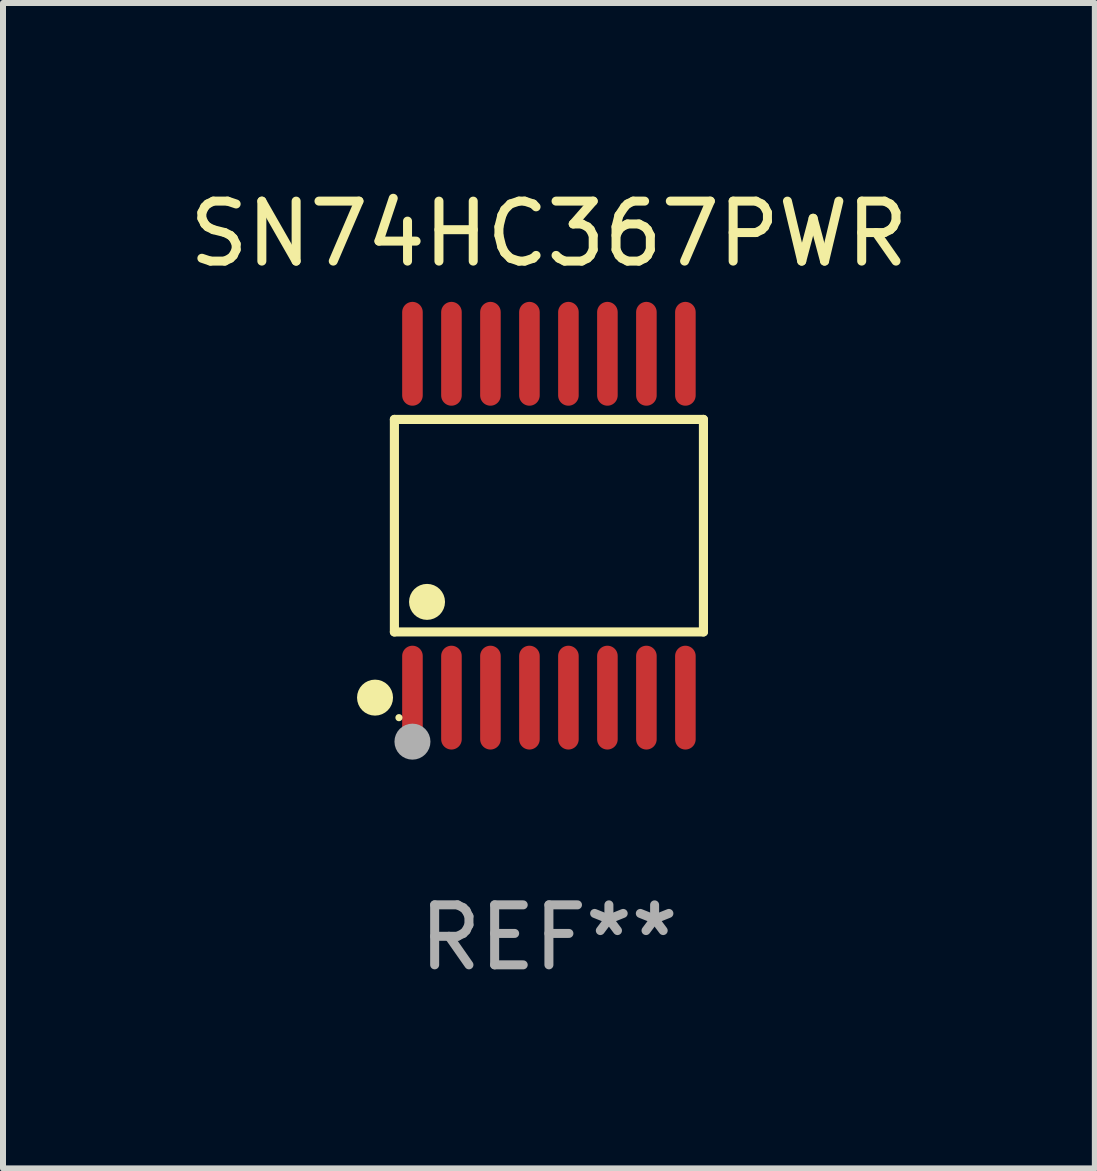
<source format=kicad_pcb>
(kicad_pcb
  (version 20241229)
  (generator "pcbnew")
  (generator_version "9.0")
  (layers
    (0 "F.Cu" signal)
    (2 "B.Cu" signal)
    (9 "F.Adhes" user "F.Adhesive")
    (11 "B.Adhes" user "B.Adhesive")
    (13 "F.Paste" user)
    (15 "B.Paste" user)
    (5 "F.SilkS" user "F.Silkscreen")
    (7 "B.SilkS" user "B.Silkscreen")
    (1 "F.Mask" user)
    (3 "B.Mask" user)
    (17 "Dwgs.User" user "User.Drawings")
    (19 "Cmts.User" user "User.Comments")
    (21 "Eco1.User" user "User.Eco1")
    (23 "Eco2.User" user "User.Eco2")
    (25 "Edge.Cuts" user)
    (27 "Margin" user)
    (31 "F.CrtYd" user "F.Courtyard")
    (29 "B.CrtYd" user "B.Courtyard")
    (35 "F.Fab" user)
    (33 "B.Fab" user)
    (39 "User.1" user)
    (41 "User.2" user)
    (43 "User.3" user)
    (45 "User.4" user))
  (footprint "SN74HC367PWR"
    (layer "F.Cu")
    (at 6.101 5.714)
    (property "Reference" "SN74HC367PWR" (at 0 -4.866 0) (layer "F.SilkS") (effects (font (size 1 1) (thickness 0.15))))
    (attr through_hole)
    (fp_line (start -2.576 -1.772) (end 2.576 -1.772) (stroke (width 0.152) (type solid)) (layer "F.SilkS"))
    (fp_line (start -2.576 1.771) (end -2.576 -1.772) (stroke (width 0.152) (type solid)) (layer "F.SilkS"))
    (fp_line (start 2.576 -1.772) (end 2.576 1.771) (stroke (width 0.152) (type solid)) (layer "F.SilkS"))
    (fp_line (start 2.576 1.771) (end -2.576 1.771) (stroke (width 0.152) (type solid)) (layer "F.SilkS"))
    (fp_circle (center -2.899 2.866) (end -2.749 2.866) (stroke (width 0.3) (type solid)) (fill no) (layer "F.SilkS"))
    (fp_circle (center -2.5 3.2) (end -2.47 3.2) (stroke (width 0.06) (type solid)) (fill no) (layer "F.SilkS"))
    (fp_circle (center -2.032 1.27) (end -1.882 1.27) (stroke (width 0.3) (type solid)) (fill no) (layer "F.SilkS"))
    (fp_circle (center -2.275 3.6) (end -2.125 3.6) (stroke (width 0.3) (type solid)) (fill no) (layer "F.Fab"))
    (fp_text user "REF**" (at 0 6.866 0) (layer "F.Fab") (effects (font (size 1 1) (thickness 0.15))))
    (pad "1" smd oval (at -2.275 2.866) (size 0.343 1.731) (layers "F.Cu" "F.Mask" "F.Paste"))
    (pad "2" smd oval (at -1.625 2.866) (size 0.343 1.731) (layers "F.Cu" "F.Mask" "F.Paste"))
    (pad "3" smd oval (at -0.975 2.866) (size 0.343 1.731) (layers "F.Cu" "F.Mask" "F.Paste"))
    (pad "4" smd oval (at -0.325 2.866) (size 0.343 1.731) (layers "F.Cu" "F.Mask" "F.Paste"))
    (pad "5" smd oval (at 0.325 2.866) (size 0.343 1.731) (layers "F.Cu" "F.Mask" "F.Paste"))
    (pad "6" smd oval (at 0.975 2.866) (size 0.343 1.731) (layers "F.Cu" "F.Mask" "F.Paste"))
    (pad "7" smd oval (at 1.625 2.866) (size 0.343 1.731) (layers "F.Cu" "F.Mask" "F.Paste"))
    (pad "8" smd oval (at 2.275 2.866) (size 0.343 1.731) (layers "F.Cu" "F.Mask" "F.Paste"))
    (pad "9" smd oval (at 2.275 -2.866) (size 0.343 1.731) (layers "F.Cu" "F.Mask" "F.Paste"))
    (pad "10" smd oval (at 1.625 -2.866) (size 0.343 1.731) (layers "F.Cu" "F.Mask" "F.Paste"))
    (pad "11" smd oval (at 0.975 -2.866) (size 0.343 1.731) (layers "F.Cu" "F.Mask" "F.Paste"))
    (pad "12" smd oval (at 0.325 -2.866) (size 0.343 1.731) (layers "F.Cu" "F.Mask" "F.Paste"))
    (pad "13" smd oval (at -0.325 -2.866) (size 0.343 1.731) (layers "F.Cu" "F.Mask" "F.Paste"))
    (pad "14" smd oval (at -0.975 -2.866) (size 0.343 1.731) (layers "F.Cu" "F.Mask" "F.Paste"))
    (pad "15" smd oval (at -1.625 -2.866) (size 0.343 1.731) (layers "F.Cu" "F.Mask" "F.Paste"))
    (pad "16" smd oval (at -2.275 -2.866) (size 0.343 1.731) (layers "F.Cu" "F.Mask" "F.Paste")))
  (gr_rect
    (start -3 -3)
    (end 15.202 16.428)
    (stroke (width 0.1) (type default))
    (fill no)
    (layer "Edge.Cuts")))
</source>
